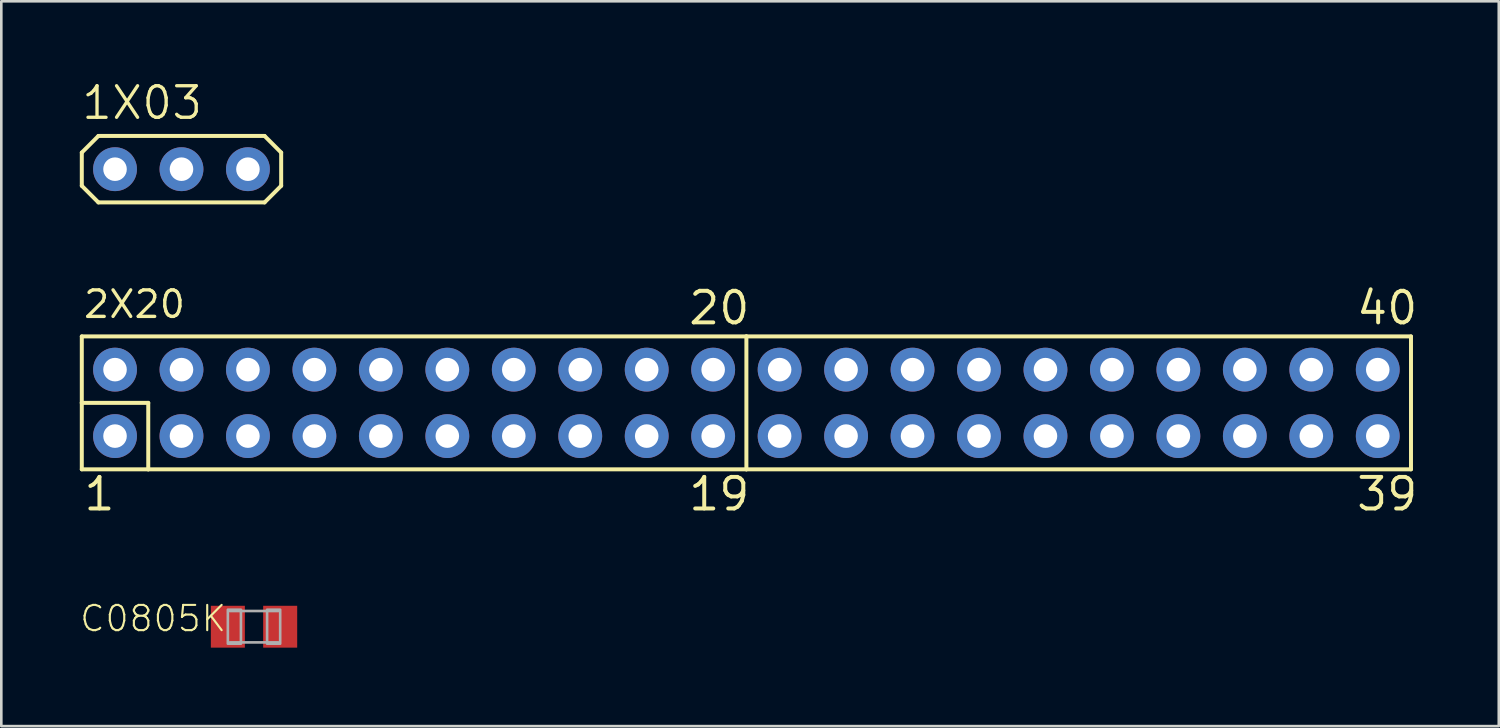
<source format=kicad_pcb>
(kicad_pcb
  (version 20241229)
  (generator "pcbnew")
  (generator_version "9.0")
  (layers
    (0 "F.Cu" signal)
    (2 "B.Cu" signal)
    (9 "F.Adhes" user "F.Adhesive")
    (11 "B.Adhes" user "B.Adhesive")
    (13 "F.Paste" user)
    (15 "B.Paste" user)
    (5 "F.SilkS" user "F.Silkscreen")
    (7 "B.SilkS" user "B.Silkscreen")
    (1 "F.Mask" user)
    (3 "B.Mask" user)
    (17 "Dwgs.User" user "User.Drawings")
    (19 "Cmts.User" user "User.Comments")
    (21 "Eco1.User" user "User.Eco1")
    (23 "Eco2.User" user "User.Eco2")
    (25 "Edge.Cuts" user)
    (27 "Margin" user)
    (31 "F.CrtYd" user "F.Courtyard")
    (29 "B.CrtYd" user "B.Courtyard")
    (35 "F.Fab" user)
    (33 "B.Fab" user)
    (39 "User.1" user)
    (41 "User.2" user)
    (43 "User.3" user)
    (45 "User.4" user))
  (footprint "2X20"
    (layer "F.Cu")
    (at 25.476 12.347)
    (property "Reference" "2X20" (at -25.4 -3.175 0) (layer "F.SilkS") (effects (font (size 1.013 1.013) (thickness 0.128)) (justify left bottom)))
    (attr through_hole)
    (fp_line (start -25.4 -2.54) (end 0 -2.54) (stroke (width 0.152) (type solid)) (layer "F.SilkS"))
    (fp_line (start -25.4 0) (end -25.4 -2.54) (stroke (width 0.152) (type solid)) (layer "F.SilkS"))
    (fp_line (start -25.4 2.54) (end -25.4 0) (stroke (width 0.152) (type solid)) (layer "F.SilkS"))
    (fp_line (start -25.4 2.54) (end -22.86 2.54) (stroke (width 0.152) (type solid)) (layer "F.SilkS"))
    (fp_line (start -22.86 0) (end -25.4 0) (stroke (width 0.152) (type solid)) (layer "F.SilkS"))
    (fp_line (start -22.86 2.54) (end -22.86 0) (stroke (width 0.152) (type solid)) (layer "F.SilkS"))
    (fp_line (start -22.86 2.54) (end 0 2.54) (stroke (width 0.152) (type solid)) (layer "F.SilkS"))
    (fp_line (start 0 -2.54) (end 0 2.54) (stroke (width 0.152) (type solid)) (layer "F.SilkS"))
    (fp_line (start 0 -2.54) (end 25.4 -2.54) (stroke (width 0.152) (type solid)) (layer "F.SilkS"))
    (fp_line (start 0 2.54) (end 25.4 2.54) (stroke (width 0.152) (type solid)) (layer "F.SilkS"))
    (fp_line (start 25.4 -2.54) (end 25.4 2.54) (stroke (width 0.152) (type solid)) (layer "F.SilkS"))
    (fp_poly (pts (xy -24.384 -1.016) (xy -23.876 -1.016) (xy -23.876 -1.524) (xy -24.384 -1.524)) (stroke (width 0.1) (type solid)) (fill no) (layer "F.Fab"))
    (fp_poly (pts (xy -24.384 1.524) (xy -23.876 1.524) (xy -23.876 1.016) (xy -24.384 1.016)) (stroke (width 0.1) (type solid)) (fill no) (layer "F.Fab"))
    (fp_poly (pts (xy -21.844 -1.016) (xy -21.336 -1.016) (xy -21.336 -1.524) (xy -21.844 -1.524)) (stroke (width 0.1) (type solid)) (fill no) (layer "F.Fab"))
    (fp_poly (pts (xy -21.844 1.524) (xy -21.336 1.524) (xy -21.336 1.016) (xy -21.844 1.016)) (stroke (width 0.1) (type solid)) (fill no) (layer "F.Fab"))
    (fp_poly (pts (xy -19.304 -1.016) (xy -18.796 -1.016) (xy -18.796 -1.524) (xy -19.304 -1.524)) (stroke (width 0.1) (type solid)) (fill no) (layer "F.Fab"))
    (fp_poly (pts (xy -19.304 1.524) (xy -18.796 1.524) (xy -18.796 1.016) (xy -19.304 1.016)) (stroke (width 0.1) (type solid)) (fill no) (layer "F.Fab"))
    (fp_poly (pts (xy -16.764 -1.016) (xy -16.256 -1.016) (xy -16.256 -1.524) (xy -16.764 -1.524)) (stroke (width 0.1) (type solid)) (fill no) (layer "F.Fab"))
    (fp_poly (pts (xy -16.764 1.524) (xy -16.256 1.524) (xy -16.256 1.016) (xy -16.764 1.016)) (stroke (width 0.1) (type solid)) (fill no) (layer "F.Fab"))
    (fp_poly (pts (xy -14.224 -1.016) (xy -13.716 -1.016) (xy -13.716 -1.524) (xy -14.224 -1.524)) (stroke (width 0.1) (type solid)) (fill no) (layer "F.Fab"))
    (fp_poly (pts (xy -14.224 1.524) (xy -13.716 1.524) (xy -13.716 1.016) (xy -14.224 1.016)) (stroke (width 0.1) (type solid)) (fill no) (layer "F.Fab"))
    (fp_poly (pts (xy -11.684 -1.016) (xy -11.176 -1.016) (xy -11.176 -1.524) (xy -11.684 -1.524)) (stroke (width 0.1) (type solid)) (fill no) (layer "F.Fab"))
    (fp_poly (pts (xy -11.684 1.524) (xy -11.176 1.524) (xy -11.176 1.016) (xy -11.684 1.016)) (stroke (width 0.1) (type solid)) (fill no) (layer "F.Fab"))
    (fp_poly (pts (xy -9.144 -1.016) (xy -8.636 -1.016) (xy -8.636 -1.524) (xy -9.144 -1.524)) (stroke (width 0.1) (type solid)) (fill no) (layer "F.Fab"))
    (fp_poly (pts (xy -9.144 1.524) (xy -8.636 1.524) (xy -8.636 1.016) (xy -9.144 1.016)) (stroke (width 0.1) (type solid)) (fill no) (layer "F.Fab"))
    (fp_poly (pts (xy -6.604 -1.016) (xy -6.096 -1.016) (xy -6.096 -1.524) (xy -6.604 -1.524)) (stroke (width 0.1) (type solid)) (fill no) (layer "F.Fab"))
    (fp_poly (pts (xy -6.604 1.524) (xy -6.096 1.524) (xy -6.096 1.016) (xy -6.604 1.016)) (stroke (width 0.1) (type solid)) (fill no) (layer "F.Fab"))
    (fp_poly (pts (xy -4.064 -1.016) (xy -3.556 -1.016) (xy -3.556 -1.524) (xy -4.064 -1.524)) (stroke (width 0.1) (type solid)) (fill no) (layer "F.Fab"))
    (fp_poly (pts (xy -4.064 1.524) (xy -3.556 1.524) (xy -3.556 1.016) (xy -4.064 1.016)) (stroke (width 0.1) (type solid)) (fill no) (layer "F.Fab"))
    (fp_poly (pts (xy -1.524 -1.016) (xy -1.016 -1.016) (xy -1.016 -1.524) (xy -1.524 -1.524)) (stroke (width 0.1) (type solid)) (fill no) (layer "F.Fab"))
    (fp_poly (pts (xy -1.524 1.524) (xy -1.016 1.524) (xy -1.016 1.016) (xy -1.524 1.016)) (stroke (width 0.1) (type solid)) (fill no) (layer "F.Fab"))
    (fp_poly (pts (xy 1.016 -1.016) (xy 1.524 -1.016) (xy 1.524 -1.524) (xy 1.016 -1.524)) (stroke (width 0.1) (type solid)) (fill no) (layer "F.Fab"))
    (fp_poly (pts (xy 1.016 1.524) (xy 1.524 1.524) (xy 1.524 1.016) (xy 1.016 1.016)) (stroke (width 0.1) (type solid)) (fill no) (layer "F.Fab"))
    (fp_poly (pts (xy 3.556 -1.016) (xy 4.064 -1.016) (xy 4.064 -1.524) (xy 3.556 -1.524)) (stroke (width 0.1) (type solid)) (fill no) (layer "F.Fab"))
    (fp_poly (pts (xy 3.556 1.524) (xy 4.064 1.524) (xy 4.064 1.016) (xy 3.556 1.016)) (stroke (width 0.1) (type solid)) (fill no) (layer "F.Fab"))
    (fp_poly (pts (xy 6.096 -1.016) (xy 6.604 -1.016) (xy 6.604 -1.524) (xy 6.096 -1.524)) (stroke (width 0.1) (type solid)) (fill no) (layer "F.Fab"))
    (fp_poly (pts (xy 6.096 1.524) (xy 6.604 1.524) (xy 6.604 1.016) (xy 6.096 1.016)) (stroke (width 0.1) (type solid)) (fill no) (layer "F.Fab"))
    (fp_poly (pts (xy 8.636 -1.016) (xy 9.144 -1.016) (xy 9.144 -1.524) (xy 8.636 -1.524)) (stroke (width 0.1) (type solid)) (fill no) (layer "F.Fab"))
    (fp_poly (pts (xy 8.636 1.524) (xy 9.144 1.524) (xy 9.144 1.016) (xy 8.636 1.016)) (stroke (width 0.1) (type solid)) (fill no) (layer "F.Fab"))
    (fp_poly (pts (xy 11.176 -1.016) (xy 11.684 -1.016) (xy 11.684 -1.524) (xy 11.176 -1.524)) (stroke (width 0.1) (type solid)) (fill no) (layer "F.Fab"))
    (fp_poly (pts (xy 11.176 1.524) (xy 11.684 1.524) (xy 11.684 1.016) (xy 11.176 1.016)) (stroke (width 0.1) (type solid)) (fill no) (layer "F.Fab"))
    (fp_poly (pts (xy 13.716 -1.016) (xy 14.224 -1.016) (xy 14.224 -1.524) (xy 13.716 -1.524)) (stroke (width 0.1) (type solid)) (fill no) (layer "F.Fab"))
    (fp_poly (pts (xy 13.716 1.524) (xy 14.224 1.524) (xy 14.224 1.016) (xy 13.716 1.016)) (stroke (width 0.1) (type solid)) (fill no) (layer "F.Fab"))
    (fp_poly (pts (xy 16.256 -1.016) (xy 16.764 -1.016) (xy 16.764 -1.524) (xy 16.256 -1.524)) (stroke (width 0.1) (type solid)) (fill no) (layer "F.Fab"))
    (fp_poly (pts (xy 16.256 1.524) (xy 16.764 1.524) (xy 16.764 1.016) (xy 16.256 1.016)) (stroke (width 0.1) (type solid)) (fill no) (layer "F.Fab"))
    (fp_poly (pts (xy 18.796 -1.016) (xy 19.304 -1.016) (xy 19.304 -1.524) (xy 18.796 -1.524)) (stroke (width 0.1) (type solid)) (fill no) (layer "F.Fab"))
    (fp_poly (pts (xy 18.796 1.524) (xy 19.304 1.524) (xy 19.304 1.016) (xy 18.796 1.016)) (stroke (width 0.1) (type solid)) (fill no) (layer "F.Fab"))
    (fp_poly (pts (xy 21.336 -1.016) (xy 21.844 -1.016) (xy 21.844 -1.524) (xy 21.336 -1.524)) (stroke (width 0.1) (type solid)) (fill no) (layer "F.Fab"))
    (fp_poly (pts (xy 21.336 1.524) (xy 21.844 1.524) (xy 21.844 1.016) (xy 21.336 1.016)) (stroke (width 0.1) (type solid)) (fill no) (layer "F.Fab"))
    (fp_poly (pts (xy 23.876 -1.016) (xy 24.384 -1.016) (xy 24.384 -1.524) (xy 23.876 -1.524)) (stroke (width 0.1) (type solid)) (fill no) (layer "F.Fab"))
    (fp_poly (pts (xy 23.876 1.524) (xy 24.384 1.524) (xy 24.384 1.016) (xy 23.876 1.016)) (stroke (width 0.1) (type solid)) (fill no) (layer "F.Fab"))
    (fp_text user "39" (at 23.241 4.191 0) (layer "F.SilkS") (effects (font (size 1.206 1.206) (thickness 0.152)) (justify left bottom)))
    (fp_text user "19" (at -2.286 4.191 0) (layer "F.SilkS") (effects (font (size 1.206 1.206) (thickness 0.152)) (justify left bottom)))
    (fp_text user "20" (at -2.286 -2.921 0) (layer "F.SilkS") (effects (font (size 1.206 1.206) (thickness 0.152)) (justify left bottom)))
    (fp_text user "1" (at -25.4 4.191 0) (layer "F.SilkS") (effects (font (size 1.206 1.206) (thickness 0.152)) (justify left bottom)))
    (fp_text user "40" (at 23.241 -2.921 0) (layer "F.SilkS") (effects (font (size 1.206 1.206) (thickness 0.152)) (justify left bottom)))
    (pad "1" thru_hole circle (at -24.13 1.27) (size 1.676 1.676) (drill 0.9) (layers "*.Cu" "*.Mask"))
    (pad "2" thru_hole circle (at -24.13 -1.27) (size 1.676 1.676) (drill 0.9) (layers "*.Cu" "*.Mask"))
    (pad "3" thru_hole circle (at -21.59 1.27) (size 1.676 1.676) (drill 0.9) (layers "*.Cu" "*.Mask"))
    (pad "4" thru_hole circle (at -21.59 -1.27) (size 1.676 1.676) (drill 0.9) (layers "*.Cu" "*.Mask"))
    (pad "5" thru_hole circle (at -19.05 1.27) (size 1.676 1.676) (drill 0.9) (layers "*.Cu" "*.Mask"))
    (pad "6" thru_hole circle (at -19.05 -1.27) (size 1.676 1.676) (drill 0.9) (layers "*.Cu" "*.Mask"))
    (pad "7" thru_hole circle (at -16.51 1.27) (size 1.676 1.676) (drill 0.9) (layers "*.Cu" "*.Mask"))
    (pad "8" thru_hole circle (at -16.51 -1.27) (size 1.676 1.676) (drill 0.9) (layers "*.Cu" "*.Mask"))
    (pad "9" thru_hole circle (at -13.97 1.27) (size 1.676 1.676) (drill 0.9) (layers "*.Cu" "*.Mask"))
    (pad "10" thru_hole circle (at -13.97 -1.27) (size 1.676 1.676) (drill 0.9) (layers "*.Cu" "*.Mask"))
    (pad "11" thru_hole circle (at -11.43 1.27) (size 1.676 1.676) (drill 0.9) (layers "*.Cu" "*.Mask"))
    (pad "12" thru_hole circle (at -11.43 -1.27) (size 1.676 1.676) (drill 0.9) (layers "*.Cu" "*.Mask"))
    (pad "13" thru_hole circle (at -8.89 1.27) (size 1.676 1.676) (drill 0.9) (layers "*.Cu" "*.Mask"))
    (pad "14" thru_hole circle (at -8.89 -1.27) (size 1.676 1.676) (drill 0.9) (layers "*.Cu" "*.Mask"))
    (pad "15" thru_hole circle (at -6.35 1.27) (size 1.676 1.676) (drill 0.9) (layers "*.Cu" "*.Mask"))
    (pad "16" thru_hole circle (at -6.35 -1.27) (size 1.676 1.676) (drill 0.9) (layers "*.Cu" "*.Mask"))
    (pad "17" thru_hole circle (at -3.81 1.27) (size 1.676 1.676) (drill 0.9) (layers "*.Cu" "*.Mask"))
    (pad "18" thru_hole circle (at -3.81 -1.27) (size 1.676 1.676) (drill 0.9) (layers "*.Cu" "*.Mask"))
    (pad "19" thru_hole circle (at -1.27 1.27) (size 1.676 1.676) (drill 0.9) (layers "*.Cu" "*.Mask"))
    (pad "20" thru_hole circle (at -1.27 -1.27) (size 1.676 1.676) (drill 0.9) (layers "*.Cu" "*.Mask"))
    (pad "21" thru_hole circle (at 1.27 1.27) (size 1.676 1.676) (drill 0.9) (layers "*.Cu" "*.Mask"))
    (pad "22" thru_hole circle (at 1.27 -1.27) (size 1.676 1.676) (drill 0.9) (layers "*.Cu" "*.Mask"))
    (pad "23" thru_hole circle (at 3.81 1.27) (size 1.676 1.676) (drill 0.9) (layers "*.Cu" "*.Mask"))
    (pad "24" thru_hole circle (at 3.81 -1.27) (size 1.676 1.676) (drill 0.9) (layers "*.Cu" "*.Mask"))
    (pad "25" thru_hole circle (at 6.35 1.27) (size 1.676 1.676) (drill 0.9) (layers "*.Cu" "*.Mask"))
    (pad "26" thru_hole circle (at 6.35 -1.27) (size 1.676 1.676) (drill 0.9) (layers "*.Cu" "*.Mask"))
    (pad "27" thru_hole circle (at 8.89 1.27) (size 1.676 1.676) (drill 0.9) (layers "*.Cu" "*.Mask"))
    (pad "28" thru_hole circle (at 8.89 -1.27) (size 1.676 1.676) (drill 0.9) (layers "*.Cu" "*.Mask"))
    (pad "29" thru_hole circle (at 11.43 1.27) (size 1.676 1.676) (drill 0.9) (layers "*.Cu" "*.Mask"))
    (pad "30" thru_hole circle (at 11.43 -1.27) (size 1.676 1.676) (drill 0.9) (layers "*.Cu" "*.Mask"))
    (pad "31" thru_hole circle (at 13.97 1.27) (size 1.676 1.676) (drill 0.9) (layers "*.Cu" "*.Mask"))
    (pad "32" thru_hole circle (at 13.97 -1.27) (size 1.676 1.676) (drill 0.9) (layers "*.Cu" "*.Mask"))
    (pad "33" thru_hole circle (at 16.51 1.27) (size 1.676 1.676) (drill 0.9) (layers "*.Cu" "*.Mask"))
    (pad "34" thru_hole circle (at 16.51 -1.27) (size 1.676 1.676) (drill 0.9) (layers "*.Cu" "*.Mask"))
    (pad "35" thru_hole circle (at 19.05 1.27) (size 1.676 1.676) (drill 0.9) (layers "*.Cu" "*.Mask"))
    (pad "36" thru_hole circle (at 19.05 -1.27) (size 1.676 1.676) (drill 0.9) (layers "*.Cu" "*.Mask"))
    (pad "37" thru_hole circle (at 21.59 1.27) (size 1.676 1.676) (drill 0.9) (layers "*.Cu" "*.Mask"))
    (pad "38" thru_hole circle (at 21.59 -1.27) (size 1.676 1.676) (drill 0.9) (layers "*.Cu" "*.Mask"))
    (pad "39" thru_hole circle (at 24.13 1.27) (size 1.676 1.676) (drill 0.9) (layers "*.Cu" "*.Mask"))
    (pad "40" thru_hole circle (at 24.13 -1.27) (size 1.676 1.676) (drill 0.9) (layers "*.Cu" "*.Mask")))
  (footprint "C0805K"
    (layer "F.Cu")
    (at 6.658 20.902)
    (property "Reference" "C0805K" (at -1 -0.875 0) (layer "F.SilkS") (effects (font (size 0.965 0.965) (thickness 0.081)) (justify right top)))
    (attr through_hole)
    (fp_line (start -0.925 -0.6) (end 0.925 -0.6) (stroke (width 0.102) (type solid)) (layer "F.Fab"))
    (fp_line (start 0.925 0.6) (end -0.925 0.6) (stroke (width 0.102) (type solid)) (layer "F.Fab"))
    (fp_poly (pts (xy -1 0.65) (xy -0.5 0.65) (xy -0.5 -0.65) (xy -1 -0.65)) (stroke (width 0.1) (type solid)) (fill no) (layer "F.Fab"))
    (fp_poly (pts (xy 0.5 0.65) (xy 1 0.65) (xy 1 -0.65) (xy 0.5 -0.65)) (stroke (width 0.1) (type solid)) (fill no) (layer "F.Fab"))
    (pad "1" smd rect (at -1 0) (size 1.3 1.6) (layers "F.Cu" "F.Mask" "F.Paste"))
    (pad "2" smd rect (at 1 0) (size 1.3 1.6) (layers "F.Cu" "F.Mask" "F.Paste")))
  (footprint "1X03"
    (layer "F.Cu")
    (at 3.886 3.416)
    (property "Reference" "1X03" (at -3.886 -1.829 0) (layer "F.SilkS") (effects (font (size 1.206 1.206) (thickness 0.127)) (justify left bottom)))
    (attr through_hole)
    (fp_line (start -3.81 -0.635) (end -3.81 0.635) (stroke (width 0.152) (type solid)) (layer "F.SilkS"))
    (fp_line (start -3.81 0.635) (end -3.175 1.27) (stroke (width 0.152) (type solid)) (layer "F.SilkS"))
    (fp_line (start -3.175 -1.27) (end -3.81 -0.635) (stroke (width 0.152) (type solid)) (layer "F.SilkS"))
    (fp_line (start -3.175 -1.27) (end 3.175 -1.27) (stroke (width 0.152) (type solid)) (layer "F.SilkS"))
    (fp_line (start 3.175 -1.27) (end 3.81 -0.635) (stroke (width 0.152) (type solid)) (layer "F.SilkS"))
    (fp_line (start 3.175 1.27) (end -3.175 1.27) (stroke (width 0.152) (type solid)) (layer "F.SilkS"))
    (fp_line (start 3.81 -0.635) (end 3.81 0.635) (stroke (width 0.152) (type solid)) (layer "F.SilkS"))
    (fp_line (start 3.81 0.635) (end 3.175 1.27) (stroke (width 0.152) (type solid)) (layer "F.SilkS"))
    (fp_poly (pts (xy -2.794 0.254) (xy -2.286 0.254) (xy -2.286 -0.254) (xy -2.794 -0.254)) (stroke (width 0.1) (type solid)) (fill no) (layer "F.Fab"))
    (fp_poly (pts (xy -0.254 0.254) (xy 0.254 0.254) (xy 0.254 -0.254) (xy -0.254 -0.254)) (stroke (width 0.1) (type solid)) (fill no) (layer "F.Fab"))
    (fp_poly (pts (xy 2.286 0.254) (xy 2.794 0.254) (xy 2.794 -0.254) (xy 2.286 -0.254)) (stroke (width 0.1) (type solid)) (fill no) (layer "F.Fab"))
    (pad "1" thru_hole circle (at -2.54 0 90) (size 1.676 1.676) (drill 0.9) (layers "*.Cu" "*.Mask"))
    (pad "2" thru_hole circle (at 0 0 90) (size 1.676 1.676) (drill 0.9) (layers "*.Cu" "*.Mask"))
    (pad "3" thru_hole circle (at 2.54 0 90) (size 1.676 1.676) (drill 0.9) (layers "*.Cu" "*.Mask")))
  (gr_rect
    (start -3 -3)
    (end 54.231 24.702)
    (stroke (width 0.1) (type default))
    (fill no)
    (layer "Edge.Cuts")))
</source>
